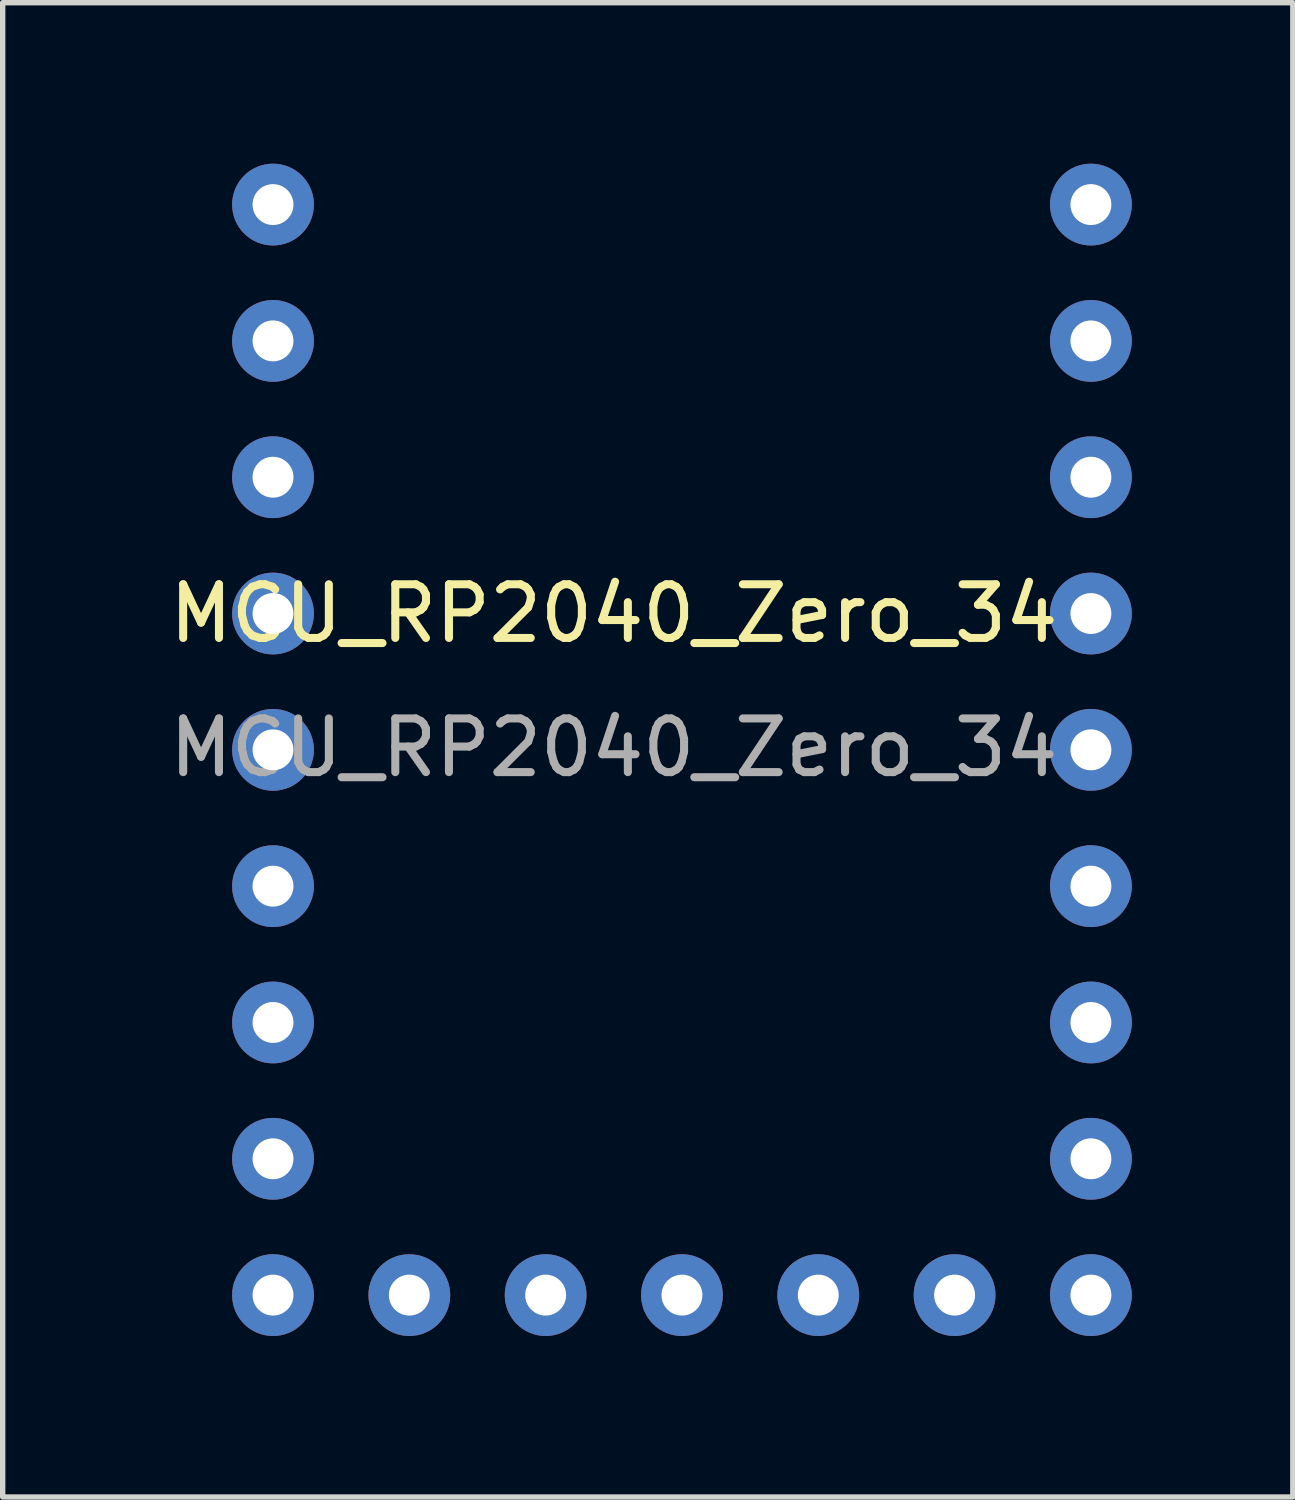
<source format=kicad_pcb>
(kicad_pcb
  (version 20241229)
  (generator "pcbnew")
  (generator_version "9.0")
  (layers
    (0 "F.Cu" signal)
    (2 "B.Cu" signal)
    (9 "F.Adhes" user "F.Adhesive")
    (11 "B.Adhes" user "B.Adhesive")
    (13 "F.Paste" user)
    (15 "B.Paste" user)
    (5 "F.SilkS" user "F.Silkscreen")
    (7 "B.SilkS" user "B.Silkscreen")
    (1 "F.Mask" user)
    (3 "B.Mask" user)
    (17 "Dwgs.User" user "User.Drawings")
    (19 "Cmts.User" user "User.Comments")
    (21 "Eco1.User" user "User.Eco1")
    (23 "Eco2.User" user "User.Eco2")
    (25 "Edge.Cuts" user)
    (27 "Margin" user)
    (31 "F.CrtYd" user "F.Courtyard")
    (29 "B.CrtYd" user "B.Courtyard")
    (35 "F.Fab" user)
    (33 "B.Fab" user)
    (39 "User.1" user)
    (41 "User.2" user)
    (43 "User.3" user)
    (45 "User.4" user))
  (footprint "MCU_RP2040_Zero_34"
    (layer "F.Cu")
    (at 7.117 8.382)
    (property "Reference" "MCU_RP2040_Zero_34" (at 1.27 0 0) (unlocked yes) (layer "F.SilkS") (effects (font (size 1 1) (thickness 0.15))))
    (attr through_hole)
    (fp_text user "${REFERENCE}" (at 1.27 2.5 0) (unlocked yes) (layer "F.Fab") (effects (font (size 1 1) (thickness 0.15))))
    (pad "0" thru_hole circle (at 10.16 -7.62) (size 1.524 1.524) (drill 0.762) (layers "*.Cu" "*.Mask"))
    (pad "1" thru_hole circle (at 10.16 -5.08) (size 1.524 1.524) (drill 0.762) (layers "*.Cu" "*.Mask"))
    (pad "2" thru_hole circle (at 10.16 -2.54) (size 1.524 1.524) (drill 0.762) (layers "*.Cu" "*.Mask"))
    (pad "3" thru_hole circle (at 10.16 0) (size 1.524 1.524) (drill 0.762) (layers "*.Cu" "*.Mask"))
    (pad "4" thru_hole circle (at 10.16 2.54) (size 1.524 1.524) (drill 0.762) (layers "*.Cu" "*.Mask"))
    (pad "5" thru_hole circle (at 10.16 5.08) (size 1.524 1.524) (drill 0.762) (layers "*.Cu" "*.Mask"))
    (pad "6" thru_hole circle (at 10.16 7.62) (size 1.524 1.524) (drill 0.762) (layers "*.Cu" "*.Mask"))
    (pad "7" thru_hole circle (at 10.16 10.16) (size 1.524 1.524) (drill 0.762) (layers "*.Cu" "*.Mask"))
    (pad "8" thru_hole circle (at 10.16 12.7) (size 1.524 1.524) (drill 0.762) (layers "*.Cu" "*.Mask"))
    (pad "9" thru_hole circle (at 7.62 12.7) (size 1.524 1.524) (drill 0.762) (layers "*.Cu" "*.Mask"))
    (pad "10" thru_hole circle (at 5.08 12.7) (size 1.524 1.524) (drill 0.762) (layers "*.Cu" "*.Mask"))
    (pad "11" thru_hole circle (at 2.54 12.7) (size 1.524 1.524) (drill 0.762) (layers "*.Cu" "*.Mask"))
    (pad "12" thru_hole circle (at 0 12.7) (size 1.524 1.524) (drill 0.762) (layers "*.Cu" "*.Mask"))
    (pad "13" thru_hole circle (at -2.54 12.7) (size 1.524 1.524) (drill 0.762) (layers "*.Cu" "*.Mask"))
    (pad "14" thru_hole circle (at -5.08 12.7) (size 1.524 1.524) (drill 0.762) (layers "*.Cu" "*.Mask"))
    (pad "15" thru_hole circle (at -5.08 10.16) (size 1.524 1.524) (drill 0.762) (layers "*.Cu" "*.Mask"))
    (pad "26" thru_hole circle (at -5.08 7.62) (size 1.524 1.524) (drill 0.762) (layers "*.Cu" "*.Mask"))
    (pad "27" thru_hole circle (at -5.08 5.08) (size 1.524 1.524) (drill 0.762) (layers "*.Cu" "*.Mask"))
    (pad "28" thru_hole circle (at -5.08 2.54) (size 1.524 1.524) (drill 0.762) (layers "*.Cu" "*.Mask"))
    (pad "29" thru_hole circle (at -5.08 0) (size 1.524 1.524) (drill 0.762) (layers "*.Cu" "*.Mask"))
    (pad "30" thru_hole circle (at -5.08 -2.54) (size 1.524 1.524) (drill 0.762) (layers "*.Cu" "*.Mask"))
    (pad "31" thru_hole circle (at -5.08 -5.08) (size 1.524 1.524) (drill 0.762) (layers "*.Cu" "*.Mask"))
    (pad "32" thru_hole circle (at -5.08 -7.62) (size 1.524 1.524) (drill 0.762) (layers "*.Cu" "*.Mask")))
  (gr_rect
    (start -3 -3)
    (end 21.039 24.844)
    (stroke (width 0.1) (type default))
    (fill no)
    (layer "Edge.Cuts")))
</source>
